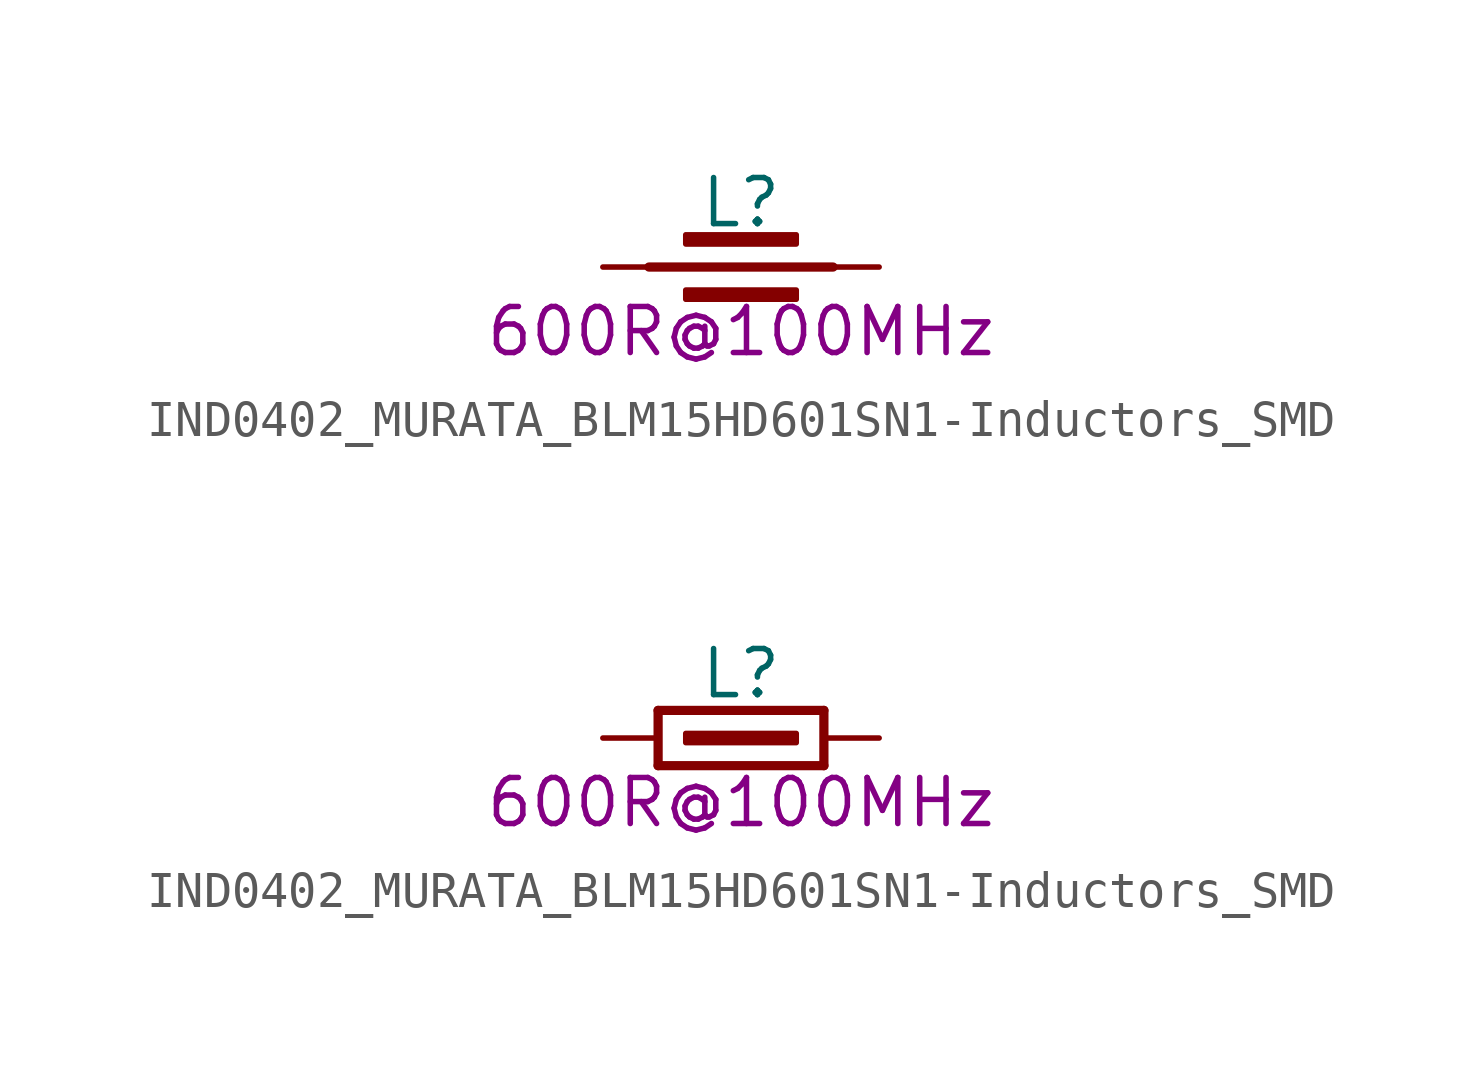
<source format=kicad_sym>
(kicad_symbol_lib
  (version 20200126)
  (host kicad_symbol_editor "(5.99.0-2809-gaceed2b0a4)")
  (symbol "LCD_Board-rescue:IND0402_MURATA_BLM15HD601SN1-Inductors_SMD"
    (pin_names
      (offset 1.27))
    (property "Reference" "L"
      (at 3.81 1.778 0)
      (effects (font (size 1.27 1.27))))
    (property "Val" "600R@100MHz"
      (at 3.81 -1.778 0)
      (effects (font (size 1.27 1.27))))
    (property "ki_locked" ""
      (at 0 0 0)
      (effects (font (size 1.27 1.27))))
    (symbol "IND0402_MURATA_BLM15HD601SN1-Inductors_SMD_0_1"
      (rectangle (start 2.286 -0.889) (end 5.334 -0.635) (stroke (width 0)) (fill (type outline)))
      (rectangle (start 2.286 0.635) (end 5.334 0.889) (stroke (width 0)) (fill (type outline)))
      (polyline (pts (xy 1.27 0) (xy 6.35 0)) (stroke (width 0.254)) (fill (type none)))
      (pin passive line (at 0 0 0) (length 1.27) (name "1" (effects (font (size 0 0)))) (number "1" (effects (font (size 0 0)))))
      (pin passive line (at 7.62 0 180) (length 1.27) (name "2" (effects (font (size 0 0)))) (number "2" (effects (font (size 0 0))))))
    (symbol "IND0402_MURATA_BLM15HD601SN1-Inductors_SMD_0_2"
      (rectangle (start 2.286 -0.127) (end 5.334 0.127) (stroke (width 0)) (fill (type outline)))
      (polyline (pts (xy 1.524 -0.762) (xy 6.096 -0.762)) (stroke (width 0.254)) (fill (type none)))
      (polyline (pts (xy 1.524 0.762) (xy 1.524 -0.762)) (stroke (width 0.254)) (fill (type none)))
      (polyline (pts (xy 6.096 -0.762) (xy 6.096 0.762)) (stroke (width 0.254)) (fill (type none)))
      (polyline (pts (xy 6.096 0.762) (xy 1.524 0.762)) (stroke (width 0.254)) (fill (type none)))
      (pin passive line (at 0 0 0) (length 1.524) (name "1" (effects (font (size 0 0)))) (number "1" (effects (font (size 0 0)))))
      (pin passive line (at 7.62 0 180) (length 1.524) (name "2" (effects (font (size 0 0)))) (number "2" (effects (font (size 0 0))))))))
</source>
